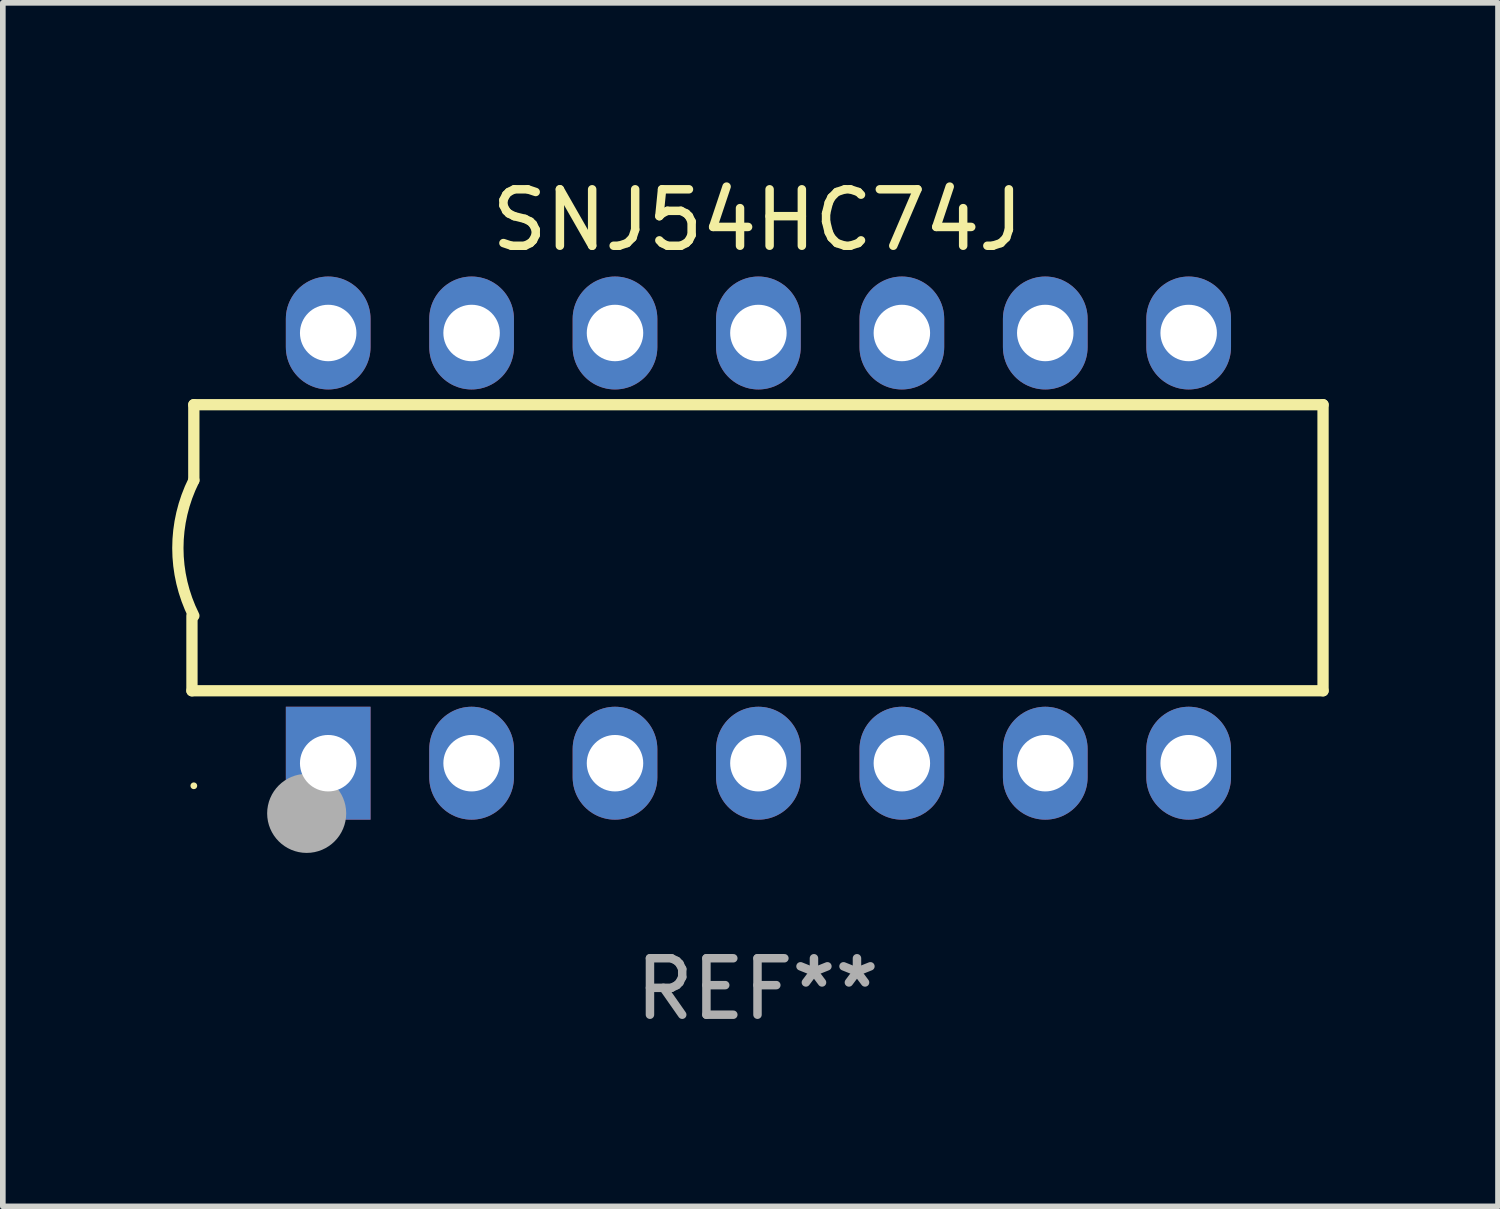
<source format=kicad_pcb>
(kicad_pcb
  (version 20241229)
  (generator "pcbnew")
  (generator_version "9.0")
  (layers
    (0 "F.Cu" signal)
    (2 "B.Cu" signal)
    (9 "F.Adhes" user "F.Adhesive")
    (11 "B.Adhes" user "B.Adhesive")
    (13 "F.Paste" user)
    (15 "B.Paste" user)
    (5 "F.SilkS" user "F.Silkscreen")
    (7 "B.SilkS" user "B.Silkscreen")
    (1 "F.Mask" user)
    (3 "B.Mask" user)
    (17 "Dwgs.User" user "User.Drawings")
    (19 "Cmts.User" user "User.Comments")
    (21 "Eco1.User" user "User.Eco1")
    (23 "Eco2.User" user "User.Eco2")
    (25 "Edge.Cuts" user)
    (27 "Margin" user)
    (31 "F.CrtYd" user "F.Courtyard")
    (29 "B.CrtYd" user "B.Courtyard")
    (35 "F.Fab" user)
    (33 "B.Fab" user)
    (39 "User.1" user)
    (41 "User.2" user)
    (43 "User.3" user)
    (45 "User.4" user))
  (footprint "SNJ54HC74J"
    (layer "F.Cu")
    (at 10.367 6.658)
    (property "Reference" "SNJ54HC74J" (at 0 -5.81 0) (layer "F.SilkS") (effects (font (size 1 1) (thickness 0.15))))
    (attr through_hole)
    (fp_line (start -10.017 2.527) (end -10.017 1.199) (stroke (width 0.2) (type solid)) (layer "F.SilkS"))
    (fp_line (start -9.984 -2.54) (end 10.017 -2.54) (stroke (width 0.2) (type solid)) (layer "F.SilkS"))
    (fp_line (start -9.984 -1.2) (end -9.984 -2.54) (stroke (width 0.2) (type solid)) (layer "F.SilkS"))
    (fp_line (start 10.017 -2.54) (end 10.017 2.527) (stroke (width 0.2) (type solid)) (layer "F.SilkS"))
    (fp_line (start 10.017 2.527) (end -10.017 2.527) (stroke (width 0.2) (type solid)) (layer "F.SilkS"))
    (fp_arc (start -9.983503 1.198882) (mid -10.266661 -0.000556) (end -9.983528 -1.2) (stroke (width 0.2) (type solid)) (layer "F.SilkS"))
    (fp_circle (center -9.984 4.21) (end -9.954 4.21) (stroke (width 0.06) (type solid)) (fill no) (layer "F.SilkS"))
    (fp_circle (center -7.985 4.699) (end -7.635 4.699) (stroke (width 0.7) (type solid)) (fill no) (layer "F.Fab"))
    (fp_text user "REF**" (at 0 7.81 0) (layer "F.Fab") (effects (font (size 1 1) (thickness 0.15))))
    (pad "1" thru_hole rect (at -7.604 3.81 90) (size 2 1.5) (drill 1) (layers "*.Cu" "*.Mask"))
    (pad "2" thru_hole oval (at -5.064 3.81 90) (size 2 1.5) (drill 1) (layers "*.Cu" "*.Mask"))
    (pad "3" thru_hole oval (at -2.524 3.81 90) (size 2 1.5) (drill 1) (layers "*.Cu" "*.Mask"))
    (pad "4" thru_hole oval (at 0.016 3.81 90) (size 2 1.5) (drill 1) (layers "*.Cu" "*.Mask"))
    (pad "5" thru_hole oval (at 2.557 3.81 90) (size 2 1.5) (drill 1) (layers "*.Cu" "*.Mask"))
    (pad "6" thru_hole oval (at 5.097 3.81 90) (size 2 1.5) (drill 1) (layers "*.Cu" "*.Mask"))
    (pad "7" thru_hole oval (at 7.637 3.81 90) (size 2 1.5) (drill 1) (layers "*.Cu" "*.Mask"))
    (pad "8" thru_hole oval (at 7.637 -3.81 90) (size 2 1.5) (drill 1) (layers "*.Cu" "*.Mask"))
    (pad "9" thru_hole oval (at 5.097 -3.81 90) (size 2 1.5) (drill 1) (layers "*.Cu" "*.Mask"))
    (pad "10" thru_hole oval (at 2.557 -3.81 90) (size 2 1.5) (drill 1) (layers "*.Cu" "*.Mask"))
    (pad "11" thru_hole oval (at 0.016 -3.81 90) (size 2 1.5) (drill 1) (layers "*.Cu" "*.Mask"))
    (pad "12" thru_hole oval (at -2.524 -3.81 90) (size 2 1.5) (drill 1) (layers "*.Cu" "*.Mask"))
    (pad "13" thru_hole oval (at -5.064 -3.81 90) (size 2 1.5) (drill 1) (layers "*.Cu" "*.Mask"))
    (pad "14" thru_hole oval (at -7.604 -3.81 90) (size 2 1.5) (drill 1) (layers "*.Cu" "*.Mask")))
  (gr_rect
    (start -3 -3)
    (end 23.483 18.317)
    (stroke (width 0.1) (type default))
    (fill no)
    (layer "Edge.Cuts")))
</source>
